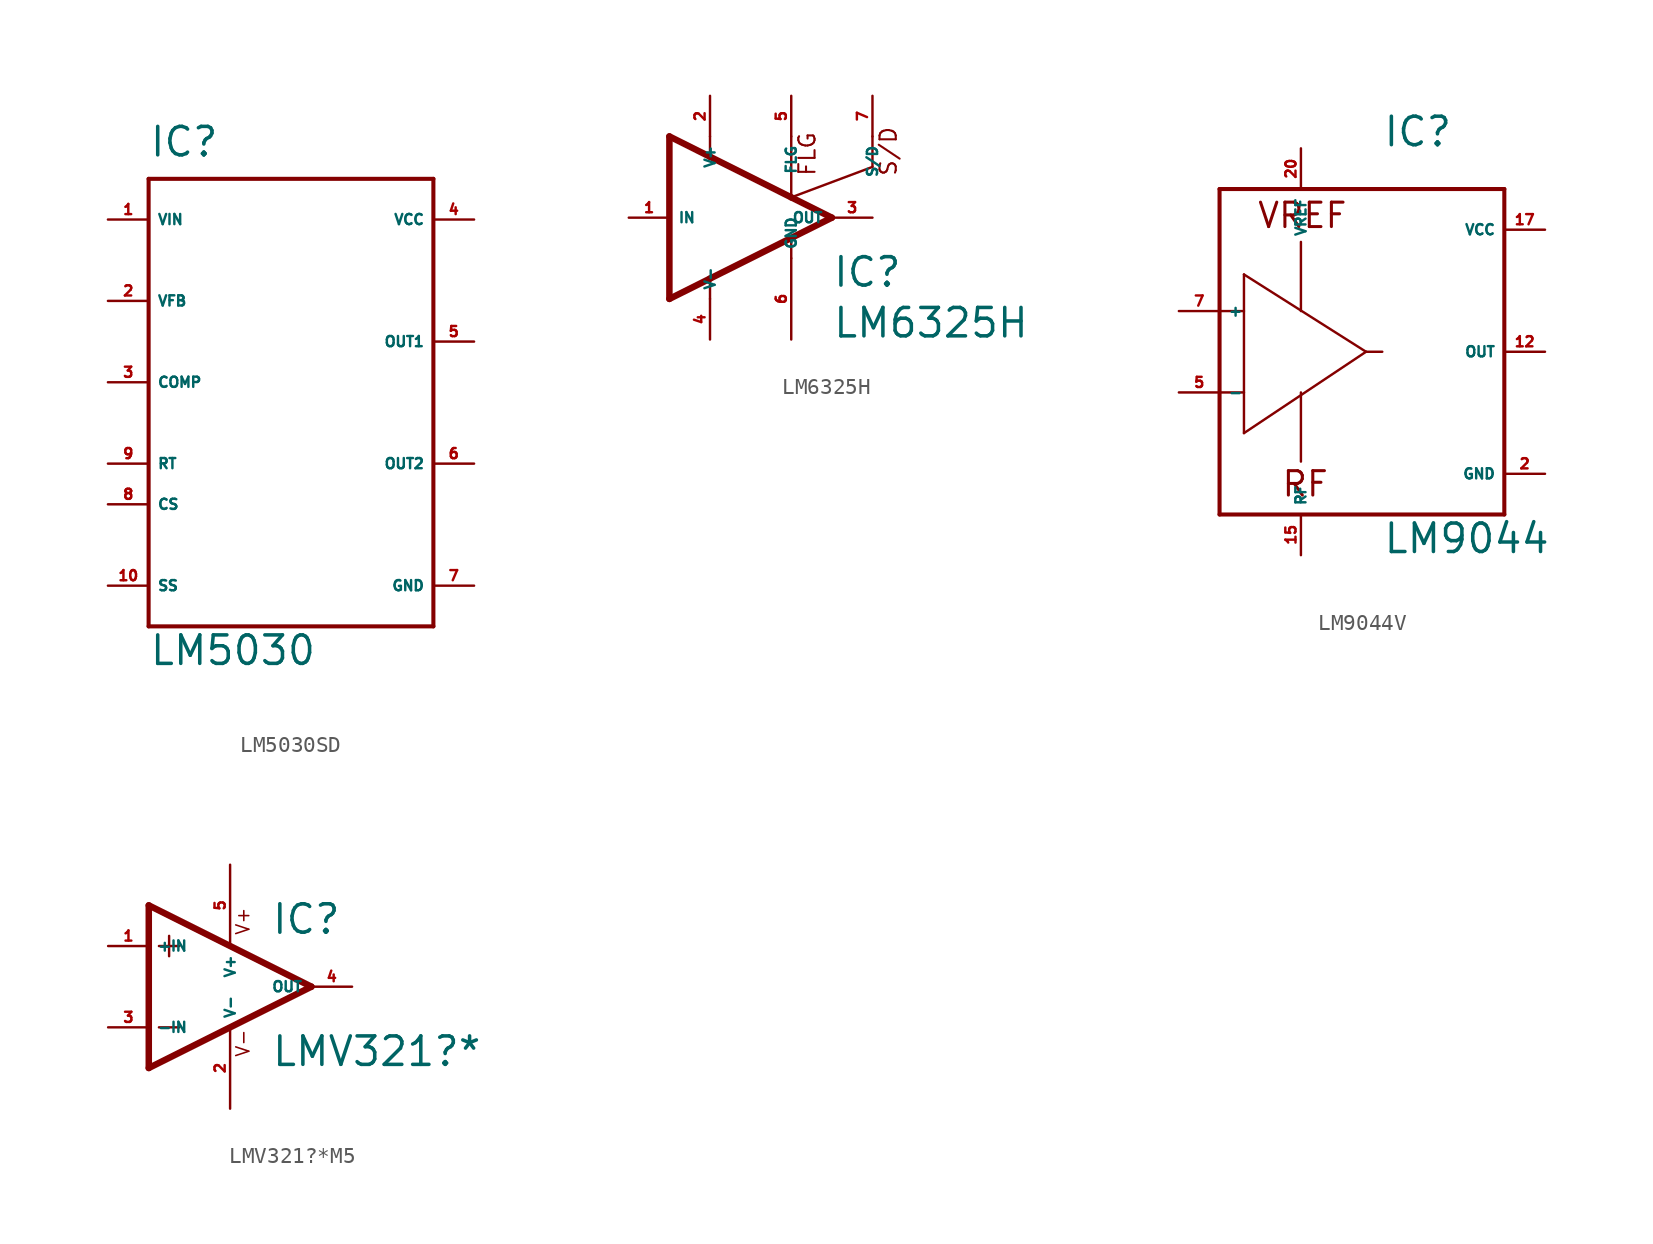
<source format=kicad_sym>
(kicad_symbol_lib
  (version 20220914)
  (generator Eagle2Kicad)
  (symbol "LM5030SD"
    (property "Reference" "IC"
      (at -7.62 16.51 0)
      (effects (font (size 1.778 1.778) (thickness 0.22)) (justify left bottom)))
    (property "Value" "LM5030"
      (at -7.62 -15.24 0)
      (effects (font (size 1.778 1.778) (thickness 0.22)) (justify left bottom)))
    (polyline
      (pts (xy -7.62 15.24) (xy 10.16 15.24))
      (stroke (width 0.254) (type default))
      (fill (type none)))
    (polyline
      (pts (xy 10.16 15.24) (xy 10.16 -12.7))
      (stroke (width 0.254) (type default))
      (fill (type none)))
    (polyline
      (pts (xy 10.16 -12.7) (xy -7.62 -12.7))
      (stroke (width 0.254) (type default))
      (fill (type none)))
    (polyline
      (pts (xy -7.62 -12.7) (xy -7.62 15.24))
      (stroke (width 0.254) (type default))
      (fill (type none)))
    (pin input line
      (at -10.16 12.7 0)
      (length 2.54)
      (name "VIN" (effects (font (size 0.635 0.635) (thickness 0.08)) (justify left bottom)))
      (number "1" (effects (font (size 0.635 0.635) (thickness 0.08)) (justify left bottom))))
    (pin input line
      (at -10.16 7.62 0)
      (length 2.54)
      (name "VFB" (effects (font (size 0.635 0.635) (thickness 0.08)) (justify left bottom)))
      (number "2" (effects (font (size 0.635 0.635) (thickness 0.08)) (justify left bottom))))
    (pin output line
      (at -10.16 2.54 0)
      (length 2.54)
      (name "COMP" (effects (font (size 0.635 0.635) (thickness 0.08)) (justify left bottom)))
      (number "3" (effects (font (size 0.635 0.635) (thickness 0.08)) (justify left bottom))))
    (pin input line
      (at -10.16 -10.16 0)
      (length 2.54)
      (name "SS" (effects (font (size 0.635 0.635) (thickness 0.08)) (justify left bottom)))
      (number "10" (effects (font (size 0.635 0.635) (thickness 0.08)) (justify left bottom))))
    (pin input line
      (at -10.16 -2.54 0)
      (length 2.54)
      (name "RT" (effects (font (size 0.635 0.635) (thickness 0.08)) (justify left bottom)))
      (number "9" (effects (font (size 0.635 0.635) (thickness 0.08)) (justify left bottom))))
    (pin passive line
      (at -10.16 -5.08 0)
      (length 2.54)
      (name "CS" (effects (font (size 0.635 0.635) (thickness 0.08)) (justify left bottom)))
      (number "8" (effects (font (size 0.635 0.635) (thickness 0.08)) (justify left bottom))))
    (pin output line
      (at 12.7 5.08 180)
      (length 2.54)
      (name "OUT1" (effects (font (size 0.635 0.635) (thickness 0.08)) (justify left bottom)))
      (number "5" (effects (font (size 0.635 0.635) (thickness 0.08)) (justify left bottom))))
    (pin output line
      (at 12.7 -2.54 180)
      (length 2.54)
      (name "OUT2" (effects (font (size 0.635 0.635) (thickness 0.08)) (justify left bottom)))
      (number "6" (effects (font (size 0.635 0.635) (thickness 0.08)) (justify left bottom))))
    (pin unspecified line
      (at 12.7 12.7 180)
      (length 2.54)
      (name "VCC" (effects (font (size 0.635 0.635) (thickness 0.08)) (justify left bottom)))
      (number "4" (effects (font (size 0.635 0.635) (thickness 0.08)) (justify left bottom))))
    (pin unspecified line
      (at 12.7 -10.16 180)
      (length 2.54)
      (name "GND" (effects (font (size 0.635 0.635) (thickness 0.08)) (justify left bottom)))
      (number "7" (effects (font (size 0.635 0.635) (thickness 0.08)) (justify left bottom)))))
  (symbol "LM6325H"
    (property "Reference" "IC"
      (at 7.62 -4.445 0)
      (effects (font (size 1.778 1.778) (thickness 0.22)) (justify left bottom)))
    (property "Value" "LM6325H"
      (at 7.62 -7.62 0)
      (effects (font (size 1.778 1.778) (thickness 0.22)) (justify left bottom)))
    (polyline
      (pts (xy -2.54 5.08) (xy -2.54 -5.08))
      (stroke (width 0.406) (type default))
      (fill (type none)))
    (polyline
      (pts (xy -2.54 -5.08) (xy 0 -3.81))
      (stroke (width 0.406) (type default))
      (fill (type none)))
    (polyline
      (pts (xy 0 -3.81) (xy 5.08 -1.27))
      (stroke (width 0.406) (type default))
      (fill (type none)))
    (polyline
      (pts (xy 5.08 -1.27) (xy 7.62 0))
      (stroke (width 0.406) (type default))
      (fill (type none)))
    (polyline
      (pts (xy 7.62 0) (xy 5.08 1.27))
      (stroke (width 0.406) (type default))
      (fill (type none)))
    (polyline
      (pts (xy 5.08 1.27) (xy 0 3.81))
      (stroke (width 0.406) (type default))
      (fill (type none)))
    (polyline
      (pts (xy 0 3.81) (xy -2.54 5.08))
      (stroke (width 0.406) (type default))
      (fill (type none)))
    (polyline
      (pts (xy 5.08 -2.54) (xy 5.08 -1.27))
      (stroke (width 0.152) (type default))
      (fill (type none)))
    (polyline
      (pts (xy 5.08 5.08) (xy 5.08 1.27))
      (stroke (width 0.152) (type default))
      (fill (type none)))
    (polyline
      (pts (xy 10.16 5.08) (xy 10.16 3.175))
      (stroke (width 0.152) (type default))
      (fill (type none)))
    (polyline
      (pts (xy 10.16 3.175) (xy 5.08 1.27))
      (stroke (width 0.152) (type default))
      (fill (type none)))
    (polyline
      (pts (xy 0 5.08) (xy 0 3.81))
      (stroke (width 0.152) (type default))
      (fill (type none)))
    (polyline
      (pts (xy 0 -5.08) (xy 0 -3.81))
      (stroke (width 0.152) (type default))
      (fill (type none)))
    (text "FLG"
      (at 6.668 2.54 900)
      (effects (font (size 1.016 1.016) (thickness 0.13)) (justify left bottom)))
    (text "S/D"
      (at 11.748 2.54 900)
      (effects (font (size 1.016 1.016) (thickness 0.13)) (justify left bottom)))
    (pin input line
      (at -5.08 0 0)
      (length 2.54)
      (name "IN" (effects (font (size 0.635 0.635) (thickness 0.08)) (justify left bottom)))
      (number "1" (effects (font (size 0.635 0.635) (thickness 0.08)) (justify left bottom))))
    (pin output line
      (at 10.16 0 180)
      (length 2.54)
      (name "OUT" (effects (font (size 0.635 0.635) (thickness 0.08)) (justify left bottom)))
      (number "3" (effects (font (size 0.635 0.635) (thickness 0.08)) (justify left bottom))))
    (pin unspecified line
      (at 0 -7.62 90)
      (length 2.54)
      (name "V-" (effects (font (size 0.635 0.635) (thickness 0.08)) (justify left bottom)))
      (number "4" (effects (font (size 0.635 0.635) (thickness 0.08)) (justify left bottom))))
    (pin unspecified line
      (at 0 7.62 270)
      (length 2.54)
      (name "V+" (effects (font (size 0.635 0.635) (thickness 0.08)) (justify left bottom)))
      (number "2" (effects (font (size 0.635 0.635) (thickness 0.08)) (justify left bottom))))
    (pin bidirectional line
      (at 5.08 7.62 270)
      (length 2.54)
      (name "FLG" (effects (font (size 0.635 0.635) (thickness 0.08)) (justify left bottom)))
      (number "5" (effects (font (size 0.635 0.635) (thickness 0.08)) (justify left bottom))))
    (pin bidirectional line
      (at 10.16 7.62 270)
      (length 2.54)
      (name "S/D" (effects (font (size 0.635 0.635) (thickness 0.08)) (justify left bottom)))
      (number "7" (effects (font (size 0.635 0.635) (thickness 0.08)) (justify left bottom))))
    (pin unspecified line
      (at 5.08 -7.62 90)
      (length 5.08)
      (name "GND" (effects (font (size 0.635 0.635) (thickness 0.08)) (justify left bottom)))
      (number "6" (effects (font (size 0.635 0.635) (thickness 0.08)) (justify left bottom)))))
  (symbol "LM9044V"
    (property "Reference" "IC"
      (at 2.54 12.7 0)
      (effects (font (size 1.778 1.778) (thickness 0.22)) (justify left bottom)))
    (property "Value" "LM9044"
      (at 2.54 -12.7 0)
      (effects (font (size 1.778 1.778) (thickness 0.22)) (justify left bottom)))
    (polyline
      (pts (xy -7.62 10.16) (xy -7.62 -10.16))
      (stroke (width 0.254) (type default))
      (fill (type none)))
    (polyline
      (pts (xy -7.62 -10.16) (xy 10.16 -10.16))
      (stroke (width 0.254) (type default))
      (fill (type none)))
    (polyline
      (pts (xy 10.16 -10.16) (xy 10.16 10.16))
      (stroke (width 0.254) (type default))
      (fill (type none)))
    (polyline
      (pts (xy 10.16 10.16) (xy -7.62 10.16))
      (stroke (width 0.254) (type default))
      (fill (type none)))
    (polyline
      (pts (xy -6.096 4.826) (xy -6.096 -5.08))
      (stroke (width 0.152) (type default))
      (fill (type none)))
    (polyline
      (pts (xy -2.54 -2.54) (xy -2.54 -6.858))
      (stroke (width 0.152) (type default))
      (fill (type none)))
    (polyline
      (pts (xy -2.54 2.54) (xy -2.54 6.858))
      (stroke (width 0.152) (type default))
      (fill (type none)))
    (polyline
      (pts (xy -7.62 2.54) (xy -6.096 2.54))
      (stroke (width 0.152) (type default))
      (fill (type none)))
    (polyline
      (pts (xy -7.62 -2.54) (xy -6.096 -2.54))
      (stroke (width 0.152) (type default))
      (fill (type none)))
    (polyline
      (pts (xy -6.096 4.826) (xy 1.524 0))
      (stroke (width 0.152) (type default))
      (fill (type none)))
    (polyline
      (pts (xy 1.524 0) (xy -6.096 -5.08))
      (stroke (width 0.152) (type default))
      (fill (type none)))
    (polyline
      (pts (xy 1.524 0) (xy 2.54 0))
      (stroke (width 0.152) (type default))
      (fill (type none)))
    (text "VREF"
      (at -5.334 7.62 0)
      (effects (font (size 1.524 1.524) (thickness 0.19)) (justify left bottom)))
    (text "RF"
      (at -3.81 -9.144 0)
      (effects (font (size 1.524 1.524) (thickness 0.19)) (justify left bottom)))
    (pin input line
      (at -10.16 2.54 0)
      (length 2.54)
      (name "+" (effects (font (size 0.635 0.635) (thickness 0.08)) (justify left bottom)))
      (number "7" (effects (font (size 0.635 0.635) (thickness 0.08)) (justify left bottom))))
    (pin input line
      (at -10.16 -2.54 0)
      (length 2.54)
      (name "-" (effects (font (size 0.635 0.635) (thickness 0.08)) (justify left bottom)))
      (number "5" (effects (font (size 0.635 0.635) (thickness 0.08)) (justify left bottom))))
    (pin passive line
      (at -2.54 12.7 270)
      (length 2.54)
      (name "VREF" (effects (font (size 0.635 0.635) (thickness 0.08)) (justify left bottom)))
      (number "20" (effects (font (size 0.635 0.635) (thickness 0.08)) (justify left bottom))))
    (pin output line
      (at 12.7 0 180)
      (length 2.54)
      (name "OUT" (effects (font (size 0.635 0.635) (thickness 0.08)) (justify left bottom)))
      (number "12" (effects (font (size 0.635 0.635) (thickness 0.08)) (justify left bottom))))
    (pin unspecified line
      (at 12.7 7.62 180)
      (length 2.54)
      (name "VCC" (effects (font (size 0.635 0.635) (thickness 0.08)) (justify left bottom)))
      (number "17" (effects (font (size 0.635 0.635) (thickness 0.08)) (justify left bottom))))
    (pin unspecified line
      (at 12.7 -7.62 180)
      (length 2.54)
      (name "GND" (effects (font (size 0.635 0.635) (thickness 0.08)) (justify left bottom)))
      (number "2" (effects (font (size 0.635 0.635) (thickness 0.08)) (justify left bottom))))
    (pin passive line
      (at -2.54 -12.7 90)
      (length 2.54)
      (name "RF" (effects (font (size 0.635 0.635) (thickness 0.08)) (justify left bottom)))
      (number "15" (effects (font (size 0.635 0.635) (thickness 0.08)) (justify left bottom)))))
  (symbol "LMV321?*M5"
    (property "Reference" "IC"
      (at 2.54 3.175 0)
      (effects (font (size 1.778 1.778) (thickness 0.22)) (justify left bottom)))
    (property "Value" "LMV321?*"
      (at 2.54 -5.08 0)
      (effects (font (size 1.778 1.778) (thickness 0.22)) (justify left bottom)))
    (polyline
      (pts (xy -5.08 5.08) (xy -5.08 -5.08))
      (stroke (width 0.406) (type default))
      (fill (type none)))
    (polyline
      (pts (xy -5.08 -5.08) (xy 5.08 0))
      (stroke (width 0.406) (type default))
      (fill (type none)))
    (polyline
      (pts (xy 5.08 0) (xy -5.08 5.08))
      (stroke (width 0.406) (type default))
      (fill (type none)))
    (polyline
      (pts (xy -3.81 3.175) (xy -3.81 1.905))
      (stroke (width 0.152) (type default))
      (fill (type none)))
    (polyline
      (pts (xy -4.445 2.54) (xy -3.175 2.54))
      (stroke (width 0.152) (type default))
      (fill (type none)))
    (polyline
      (pts (xy -4.445 -2.54) (xy -3.175 -2.54))
      (stroke (width 0.152) (type default))
      (fill (type none)))
    (text "V+"
      (at 1.27 3.175 900)
      (effects (font (size 0.813 0.813) (thickness 0.10)) (justify left bottom)))
    (text "V-"
      (at 1.27 -4.445 900)
      (effects (font (size 0.813 0.813) (thickness 0.10)) (justify left bottom)))
    (pin input line
      (at -7.62 -2.54 0)
      (length 2.54)
      (name "-IN" (effects (font (size 0.635 0.635) (thickness 0.08)) (justify left bottom)))
      (number "3" (effects (font (size 0.635 0.635) (thickness 0.08)) (justify left bottom))))
    (pin input line
      (at -7.62 2.54 0)
      (length 2.54)
      (name "+IN" (effects (font (size 0.635 0.635) (thickness 0.08)) (justify left bottom)))
      (number "1" (effects (font (size 0.635 0.635) (thickness 0.08)) (justify left bottom))))
    (pin output line
      (at 7.62 0 180)
      (length 2.54)
      (name "OUT" (effects (font (size 0.635 0.635) (thickness 0.08)) (justify left bottom)))
      (number "4" (effects (font (size 0.635 0.635) (thickness 0.08)) (justify left bottom))))
    (pin unspecified line
      (at 0 7.62 270)
      (length 5.08)
      (name "V+" (effects (font (size 0.635 0.635) (thickness 0.08)) (justify left bottom)))
      (number "5" (effects (font (size 0.635 0.635) (thickness 0.08)) (justify left bottom))))
    (pin unspecified line
      (at 0 -7.62 90)
      (length 5.08)
      (name "V-" (effects (font (size 0.635 0.635) (thickness 0.08)) (justify left bottom)))
      (number "2" (effects (font (size 0.635 0.635) (thickness 0.08)) (justify left bottom))))))
</source>
